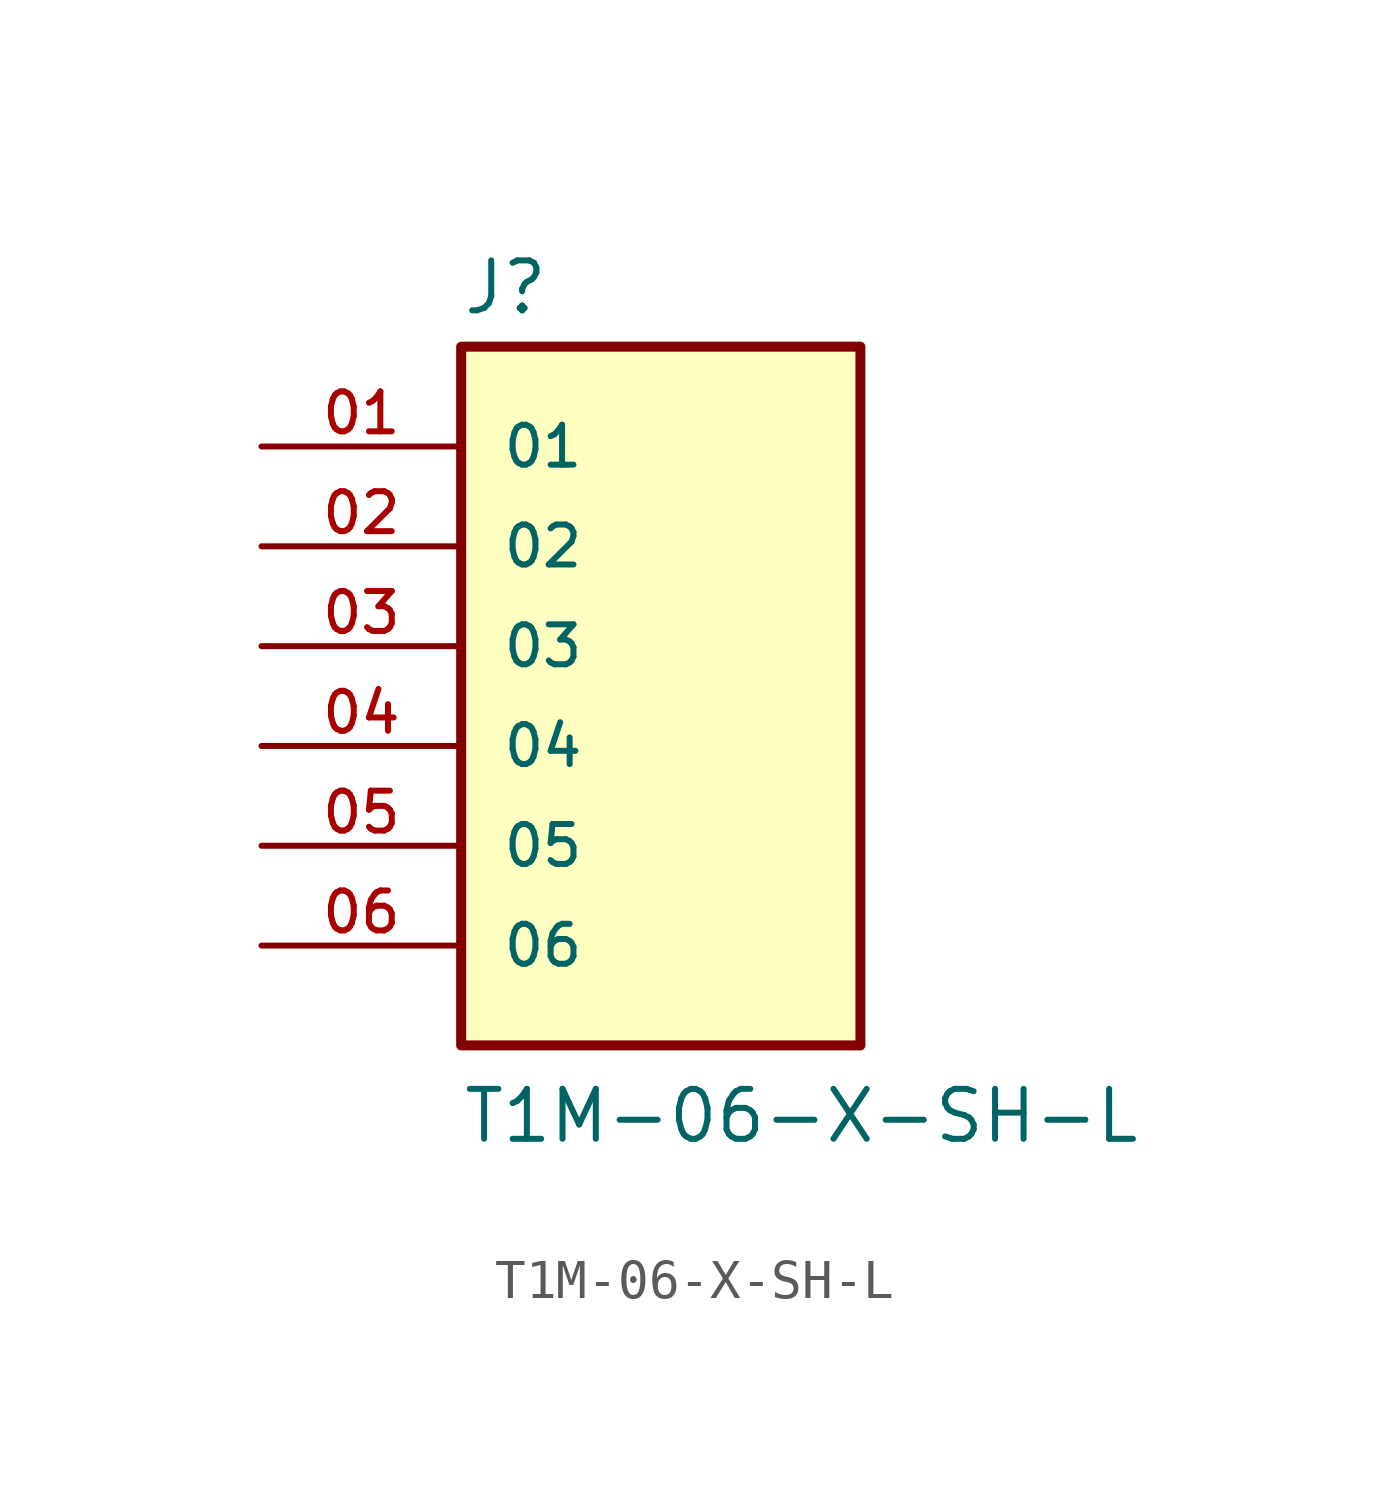
<source format=kicad_sym>
(kicad_symbol_lib
  (version 20211014)
  (generator kicad_symbol_editor)
  (symbol "T1M-06-X-SH-L"
    (pin_names
      (offset 1.016))
    (property "Reference" "J"
      (at -5.08 8.382 0)
      (effects (font (size 1.27 1.27)) (justify bottom left)))
    (property "Value" "T1M-06-X-SH-L"
      (at -5.08 -12.7 0)
      (effects (font (size 1.27 1.27)) (justify bottom left)))
    (symbol "T1M-06-X-SH-L_0_0"
      (rectangle (start -5.08 -10.16) (end 5.08 7.62) (stroke (width 0.254)) (fill (type background)))
      (pin passive line (at -10.16 5.08 0) (length 5.08) (name "01" (effects (font (size 1.016 1.016)))) (number "01" (effects (font (size 1.016 1.016)))))
      (pin passive line (at -10.16 2.54 0) (length 5.08) (name "02" (effects (font (size 1.016 1.016)))) (number "02" (effects (font (size 1.016 1.016)))))
      (pin passive line (at -10.16 0.0 0) (length 5.08) (name "03" (effects (font (size 1.016 1.016)))) (number "03" (effects (font (size 1.016 1.016)))))
      (pin passive line (at -10.16 -2.54 0) (length 5.08) (name "04" (effects (font (size 1.016 1.016)))) (number "04" (effects (font (size 1.016 1.016)))))
      (pin passive line (at -10.16 -5.08 0) (length 5.08) (name "05" (effects (font (size 1.016 1.016)))) (number "05" (effects (font (size 1.016 1.016)))))
      (pin passive line (at -10.16 -7.62 0) (length 5.08) (name "06" (effects (font (size 1.016 1.016)))) (number "06" (effects (font (size 1.016 1.016))))))))
</source>
